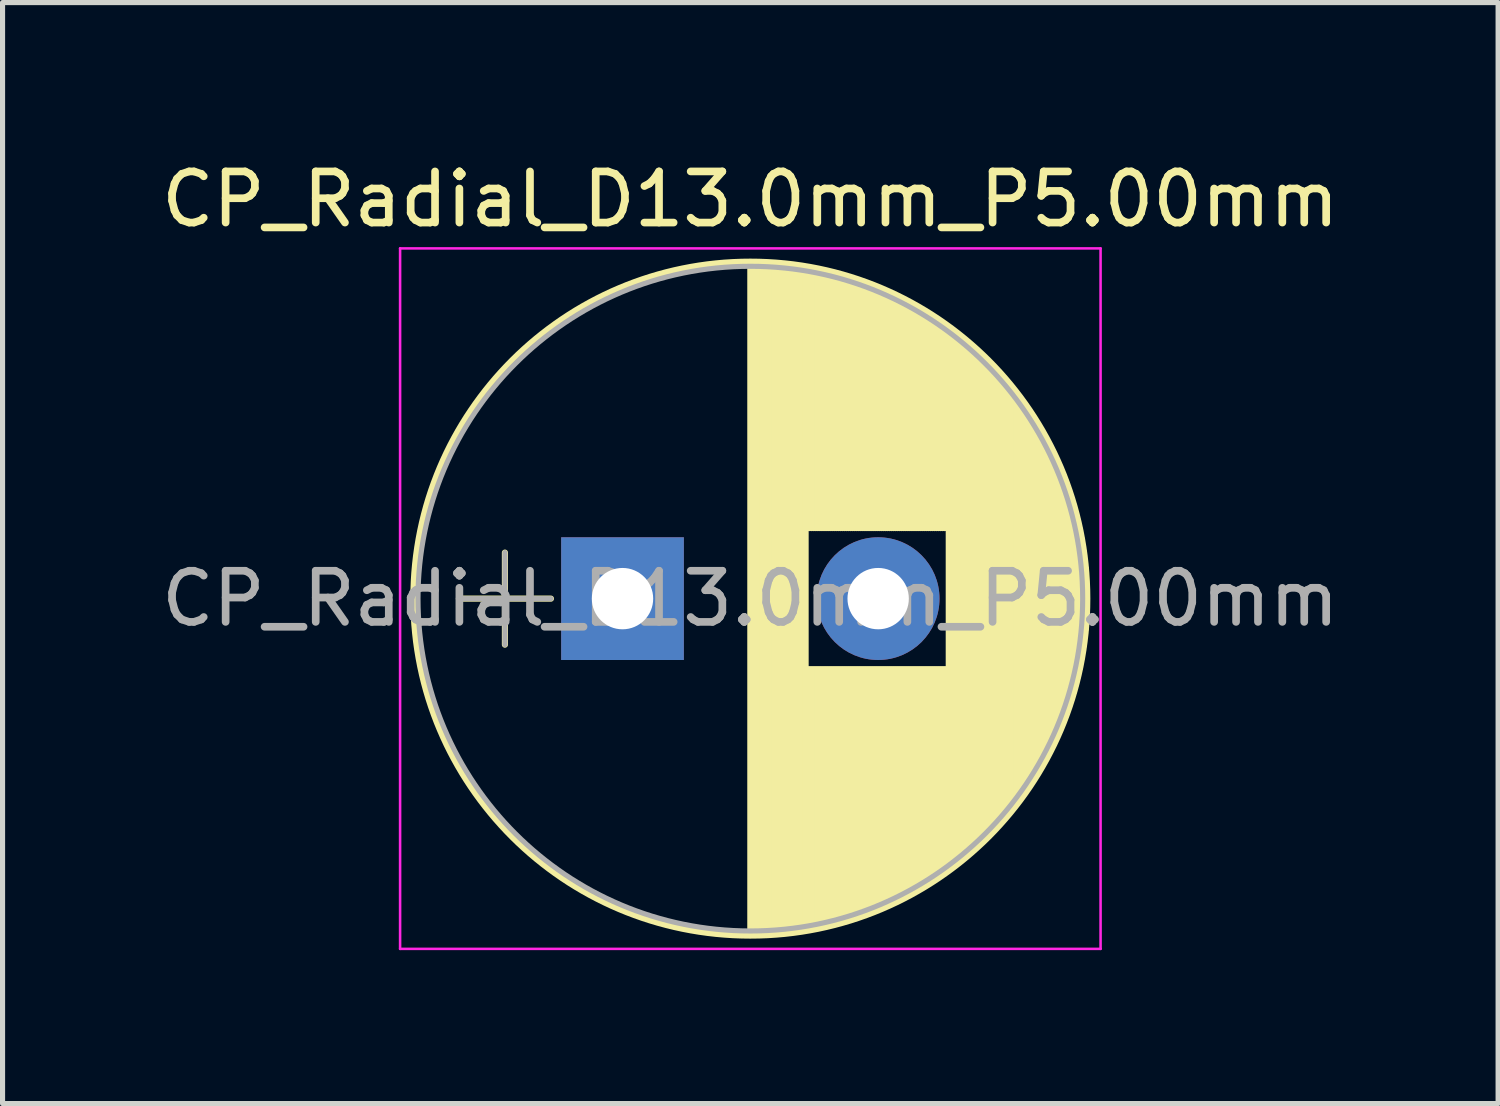
<source format=kicad_pcb>
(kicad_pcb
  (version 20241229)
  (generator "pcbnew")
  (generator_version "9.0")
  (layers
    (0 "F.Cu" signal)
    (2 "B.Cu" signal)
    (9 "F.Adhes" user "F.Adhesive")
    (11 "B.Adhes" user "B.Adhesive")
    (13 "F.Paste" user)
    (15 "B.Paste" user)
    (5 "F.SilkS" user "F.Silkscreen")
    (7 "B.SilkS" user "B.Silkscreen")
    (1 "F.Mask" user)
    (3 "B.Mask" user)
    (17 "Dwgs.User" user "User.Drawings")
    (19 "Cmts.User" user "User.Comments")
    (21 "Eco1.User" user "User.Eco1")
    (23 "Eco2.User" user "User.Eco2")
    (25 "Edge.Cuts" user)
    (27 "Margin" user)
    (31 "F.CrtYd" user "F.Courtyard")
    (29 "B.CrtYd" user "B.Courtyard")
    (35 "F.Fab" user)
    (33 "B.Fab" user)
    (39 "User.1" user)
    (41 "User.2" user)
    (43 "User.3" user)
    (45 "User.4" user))
  (footprint "CP_Radial_D13.0mm_P5.00mm"
    (layer "F.Cu")
    (at 9.125 8.658)
    (property "Reference" "CP_Radial_D13.0mm_P5.00mm" (at 2.5 -7.81 0) (layer "F.SilkS") (effects (font (size 1 1) (thickness 0.15))))
    (attr through_hole)
    (fp_line (start -3.2 0) (end -1.4 0) (stroke (width 0.12) (type solid)) (layer "F.SilkS"))
    (fp_line (start -2.3 -0.9) (end -2.3 0.9) (stroke (width 0.12) (type solid)) (layer "F.SilkS"))
    (fp_line (start 2.5 -6.55) (end 2.5 6.55) (stroke (width 0.12) (type solid)) (layer "F.SilkS"))
    (fp_line (start 2.54 -6.55) (end 2.54 6.55) (stroke (width 0.12) (type solid)) (layer "F.SilkS"))
    (fp_line (start 2.58 -6.55) (end 2.58 6.55) (stroke (width 0.12) (type solid)) (layer "F.SilkS"))
    (fp_line (start 2.62 -6.549) (end 2.62 6.549) (stroke (width 0.12) (type solid)) (layer "F.SilkS"))
    (fp_line (start 2.66 -6.549) (end 2.66 6.549) (stroke (width 0.12) (type solid)) (layer "F.SilkS"))
    (fp_line (start 2.7 -6.547) (end 2.7 6.547) (stroke (width 0.12) (type solid)) (layer "F.SilkS"))
    (fp_line (start 2.74 -6.546) (end 2.74 6.546) (stroke (width 0.12) (type solid)) (layer "F.SilkS"))
    (fp_line (start 2.78 -6.545) (end 2.78 6.545) (stroke (width 0.12) (type solid)) (layer "F.SilkS"))
    (fp_line (start 2.82 -6.543) (end 2.82 6.543) (stroke (width 0.12) (type solid)) (layer "F.SilkS"))
    (fp_line (start 2.86 -6.541) (end 2.86 6.541) (stroke (width 0.12) (type solid)) (layer "F.SilkS"))
    (fp_line (start 2.9 -6.538) (end 2.9 6.538) (stroke (width 0.12) (type solid)) (layer "F.SilkS"))
    (fp_line (start 2.94 -6.536) (end 2.94 6.536) (stroke (width 0.12) (type solid)) (layer "F.SilkS"))
    (fp_line (start 2.98 -6.533) (end 2.98 6.533) (stroke (width 0.12) (type solid)) (layer "F.SilkS"))
    (fp_line (start 3.02 -6.53) (end 3.02 6.53) (stroke (width 0.12) (type solid)) (layer "F.SilkS"))
    (fp_line (start 3.06 -6.527) (end 3.06 6.527) (stroke (width 0.12) (type solid)) (layer "F.SilkS"))
    (fp_line (start 3.1 -6.523) (end 3.1 6.523) (stroke (width 0.12) (type solid)) (layer "F.SilkS"))
    (fp_line (start 3.14 -6.519) (end 3.14 6.519) (stroke (width 0.12) (type solid)) (layer "F.SilkS"))
    (fp_line (start 3.18 -6.515) (end 3.18 6.515) (stroke (width 0.12) (type solid)) (layer "F.SilkS"))
    (fp_line (start 3.221 -6.511) (end 3.221 6.511) (stroke (width 0.12) (type solid)) (layer "F.SilkS"))
    (fp_line (start 3.261 -6.507) (end 3.261 6.507) (stroke (width 0.12) (type solid)) (layer "F.SilkS"))
    (fp_line (start 3.301 -6.502) (end 3.301 6.502) (stroke (width 0.12) (type solid)) (layer "F.SilkS"))
    (fp_line (start 3.341 -6.497) (end 3.341 6.497) (stroke (width 0.12) (type solid)) (layer "F.SilkS"))
    (fp_line (start 3.381 -6.491) (end 3.381 6.491) (stroke (width 0.12) (type solid)) (layer "F.SilkS"))
    (fp_line (start 3.421 -6.486) (end 3.421 6.486) (stroke (width 0.12) (type solid)) (layer "F.SilkS"))
    (fp_line (start 3.461 -6.48) (end 3.461 6.48) (stroke (width 0.12) (type solid)) (layer "F.SilkS"))
    (fp_line (start 3.501 -6.474) (end 3.501 6.474) (stroke (width 0.12) (type solid)) (layer "F.SilkS"))
    (fp_line (start 3.541 -6.468) (end 3.541 6.468) (stroke (width 0.12) (type solid)) (layer "F.SilkS"))
    (fp_line (start 3.581 -6.461) (end 3.581 6.461) (stroke (width 0.12) (type solid)) (layer "F.SilkS"))
    (fp_line (start 3.621 -6.455) (end 3.621 -1.38) (stroke (width 0.12) (type solid)) (layer "F.SilkS"))
    (fp_line (start 3.621 1.38) (end 3.621 6.455) (stroke (width 0.12) (type solid)) (layer "F.SilkS"))
    (fp_line (start 3.661 -6.448) (end 3.661 -1.38) (stroke (width 0.12) (type solid)) (layer "F.SilkS"))
    (fp_line (start 3.661 1.38) (end 3.661 6.448) (stroke (width 0.12) (type solid)) (layer "F.SilkS"))
    (fp_line (start 3.701 -6.44) (end 3.701 -1.38) (stroke (width 0.12) (type solid)) (layer "F.SilkS"))
    (fp_line (start 3.701 1.38) (end 3.701 6.44) (stroke (width 0.12) (type solid)) (layer "F.SilkS"))
    (fp_line (start 3.741 -6.433) (end 3.741 -1.38) (stroke (width 0.12) (type solid)) (layer "F.SilkS"))
    (fp_line (start 3.741 1.38) (end 3.741 6.433) (stroke (width 0.12) (type solid)) (layer "F.SilkS"))
    (fp_line (start 3.781 -6.425) (end 3.781 -1.38) (stroke (width 0.12) (type solid)) (layer "F.SilkS"))
    (fp_line (start 3.781 1.38) (end 3.781 6.425) (stroke (width 0.12) (type solid)) (layer "F.SilkS"))
    (fp_line (start 3.821 -6.417) (end 3.821 -1.38) (stroke (width 0.12) (type solid)) (layer "F.SilkS"))
    (fp_line (start 3.821 1.38) (end 3.821 6.417) (stroke (width 0.12) (type solid)) (layer "F.SilkS"))
    (fp_line (start 3.861 -6.409) (end 3.861 -1.38) (stroke (width 0.12) (type solid)) (layer "F.SilkS"))
    (fp_line (start 3.861 1.38) (end 3.861 6.409) (stroke (width 0.12) (type solid)) (layer "F.SilkS"))
    (fp_line (start 3.901 -6.4) (end 3.901 -1.38) (stroke (width 0.12) (type solid)) (layer "F.SilkS"))
    (fp_line (start 3.901 1.38) (end 3.901 6.4) (stroke (width 0.12) (type solid)) (layer "F.SilkS"))
    (fp_line (start 3.941 -6.391) (end 3.941 -1.38) (stroke (width 0.12) (type solid)) (layer "F.SilkS"))
    (fp_line (start 3.941 1.38) (end 3.941 6.391) (stroke (width 0.12) (type solid)) (layer "F.SilkS"))
    (fp_line (start 3.981 -6.382) (end 3.981 -1.38) (stroke (width 0.12) (type solid)) (layer "F.SilkS"))
    (fp_line (start 3.981 1.38) (end 3.981 6.382) (stroke (width 0.12) (type solid)) (layer "F.SilkS"))
    (fp_line (start 4.021 -6.373) (end 4.021 -1.38) (stroke (width 0.12) (type solid)) (layer "F.SilkS"))
    (fp_line (start 4.021 1.38) (end 4.021 6.373) (stroke (width 0.12) (type solid)) (layer "F.SilkS"))
    (fp_line (start 4.061 -6.363) (end 4.061 -1.38) (stroke (width 0.12) (type solid)) (layer "F.SilkS"))
    (fp_line (start 4.061 1.38) (end 4.061 6.363) (stroke (width 0.12) (type solid)) (layer "F.SilkS"))
    (fp_line (start 4.101 -6.353) (end 4.101 -1.38) (stroke (width 0.12) (type solid)) (layer "F.SilkS"))
    (fp_line (start 4.101 1.38) (end 4.101 6.353) (stroke (width 0.12) (type solid)) (layer "F.SilkS"))
    (fp_line (start 4.141 -6.343) (end 4.141 -1.38) (stroke (width 0.12) (type solid)) (layer "F.SilkS"))
    (fp_line (start 4.141 1.38) (end 4.141 6.343) (stroke (width 0.12) (type solid)) (layer "F.SilkS"))
    (fp_line (start 4.181 -6.333) (end 4.181 -1.38) (stroke (width 0.12) (type solid)) (layer "F.SilkS"))
    (fp_line (start 4.181 1.38) (end 4.181 6.333) (stroke (width 0.12) (type solid)) (layer "F.SilkS"))
    (fp_line (start 4.221 -6.322) (end 4.221 -1.38) (stroke (width 0.12) (type solid)) (layer "F.SilkS"))
    (fp_line (start 4.221 1.38) (end 4.221 6.322) (stroke (width 0.12) (type solid)) (layer "F.SilkS"))
    (fp_line (start 4.261 -6.311) (end 4.261 -1.38) (stroke (width 0.12) (type solid)) (layer "F.SilkS"))
    (fp_line (start 4.261 1.38) (end 4.261 6.311) (stroke (width 0.12) (type solid)) (layer "F.SilkS"))
    (fp_line (start 4.301 -6.3) (end 4.301 -1.38) (stroke (width 0.12) (type solid)) (layer "F.SilkS"))
    (fp_line (start 4.301 1.38) (end 4.301 6.3) (stroke (width 0.12) (type solid)) (layer "F.SilkS"))
    (fp_line (start 4.341 -6.288) (end 4.341 -1.38) (stroke (width 0.12) (type solid)) (layer "F.SilkS"))
    (fp_line (start 4.341 1.38) (end 4.341 6.288) (stroke (width 0.12) (type solid)) (layer "F.SilkS"))
    (fp_line (start 4.381 -6.277) (end 4.381 -1.38) (stroke (width 0.12) (type solid)) (layer "F.SilkS"))
    (fp_line (start 4.381 1.38) (end 4.381 6.277) (stroke (width 0.12) (type solid)) (layer "F.SilkS"))
    (fp_line (start 4.421 -6.265) (end 4.421 -1.38) (stroke (width 0.12) (type solid)) (layer "F.SilkS"))
    (fp_line (start 4.421 1.38) (end 4.421 6.265) (stroke (width 0.12) (type solid)) (layer "F.SilkS"))
    (fp_line (start 4.461 -6.252) (end 4.461 -1.38) (stroke (width 0.12) (type solid)) (layer "F.SilkS"))
    (fp_line (start 4.461 1.38) (end 4.461 6.252) (stroke (width 0.12) (type solid)) (layer "F.SilkS"))
    (fp_line (start 4.501 -6.24) (end 4.501 -1.38) (stroke (width 0.12) (type solid)) (layer "F.SilkS"))
    (fp_line (start 4.501 1.38) (end 4.501 6.24) (stroke (width 0.12) (type solid)) (layer "F.SilkS"))
    (fp_line (start 4.541 -6.227) (end 4.541 -1.38) (stroke (width 0.12) (type solid)) (layer "F.SilkS"))
    (fp_line (start 4.541 1.38) (end 4.541 6.227) (stroke (width 0.12) (type solid)) (layer "F.SilkS"))
    (fp_line (start 4.581 -6.214) (end 4.581 -1.38) (stroke (width 0.12) (type solid)) (layer "F.SilkS"))
    (fp_line (start 4.581 1.38) (end 4.581 6.214) (stroke (width 0.12) (type solid)) (layer "F.SilkS"))
    (fp_line (start 4.621 -6.2) (end 4.621 -1.38) (stroke (width 0.12) (type solid)) (layer "F.SilkS"))
    (fp_line (start 4.621 1.38) (end 4.621 6.2) (stroke (width 0.12) (type solid)) (layer "F.SilkS"))
    (fp_line (start 4.661 -6.186) (end 4.661 -1.38) (stroke (width 0.12) (type solid)) (layer "F.SilkS"))
    (fp_line (start 4.661 1.38) (end 4.661 6.186) (stroke (width 0.12) (type solid)) (layer "F.SilkS"))
    (fp_line (start 4.701 -6.172) (end 4.701 -1.38) (stroke (width 0.12) (type solid)) (layer "F.SilkS"))
    (fp_line (start 4.701 1.38) (end 4.701 6.172) (stroke (width 0.12) (type solid)) (layer "F.SilkS"))
    (fp_line (start 4.741 -6.158) (end 4.741 -1.38) (stroke (width 0.12) (type solid)) (layer "F.SilkS"))
    (fp_line (start 4.741 1.38) (end 4.741 6.158) (stroke (width 0.12) (type solid)) (layer "F.SilkS"))
    (fp_line (start 4.781 -6.144) (end 4.781 -1.38) (stroke (width 0.12) (type solid)) (layer "F.SilkS"))
    (fp_line (start 4.781 1.38) (end 4.781 6.144) (stroke (width 0.12) (type solid)) (layer "F.SilkS"))
    (fp_line (start 4.821 -6.129) (end 4.821 -1.38) (stroke (width 0.12) (type solid)) (layer "F.SilkS"))
    (fp_line (start 4.821 1.38) (end 4.821 6.129) (stroke (width 0.12) (type solid)) (layer "F.SilkS"))
    (fp_line (start 4.861 -6.113) (end 4.861 -1.38) (stroke (width 0.12) (type solid)) (layer "F.SilkS"))
    (fp_line (start 4.861 1.38) (end 4.861 6.113) (stroke (width 0.12) (type solid)) (layer "F.SilkS"))
    (fp_line (start 4.901 -6.098) (end 4.901 -1.38) (stroke (width 0.12) (type solid)) (layer "F.SilkS"))
    (fp_line (start 4.901 1.38) (end 4.901 6.098) (stroke (width 0.12) (type solid)) (layer "F.SilkS"))
    (fp_line (start 4.941 -6.082) (end 4.941 -1.38) (stroke (width 0.12) (type solid)) (layer "F.SilkS"))
    (fp_line (start 4.941 1.38) (end 4.941 6.082) (stroke (width 0.12) (type solid)) (layer "F.SilkS"))
    (fp_line (start 4.981 -6.066) (end 4.981 -1.38) (stroke (width 0.12) (type solid)) (layer "F.SilkS"))
    (fp_line (start 4.981 1.38) (end 4.981 6.066) (stroke (width 0.12) (type solid)) (layer "F.SilkS"))
    (fp_line (start 5.021 -6.05) (end 5.021 -1.38) (stroke (width 0.12) (type solid)) (layer "F.SilkS"))
    (fp_line (start 5.021 1.38) (end 5.021 6.05) (stroke (width 0.12) (type solid)) (layer "F.SilkS"))
    (fp_line (start 5.061 -6.033) (end 5.061 -1.38) (stroke (width 0.12) (type solid)) (layer "F.SilkS"))
    (fp_line (start 5.061 1.38) (end 5.061 6.033) (stroke (width 0.12) (type solid)) (layer "F.SilkS"))
    (fp_line (start 5.101 -6.016) (end 5.101 -1.38) (stroke (width 0.12) (type solid)) (layer "F.SilkS"))
    (fp_line (start 5.101 1.38) (end 5.101 6.016) (stroke (width 0.12) (type solid)) (layer "F.SilkS"))
    (fp_line (start 5.141 -5.999) (end 5.141 -1.38) (stroke (width 0.12) (type solid)) (layer "F.SilkS"))
    (fp_line (start 5.141 1.38) (end 5.141 5.999) (stroke (width 0.12) (type solid)) (layer "F.SilkS"))
    (fp_line (start 5.181 -5.981) (end 5.181 -1.38) (stroke (width 0.12) (type solid)) (layer "F.SilkS"))
    (fp_line (start 5.181 1.38) (end 5.181 5.981) (stroke (width 0.12) (type solid)) (layer "F.SilkS"))
    (fp_line (start 5.221 -5.963) (end 5.221 -1.38) (stroke (width 0.12) (type solid)) (layer "F.SilkS"))
    (fp_line (start 5.221 1.38) (end 5.221 5.963) (stroke (width 0.12) (type solid)) (layer "F.SilkS"))
    (fp_line (start 5.261 -5.945) (end 5.261 -1.38) (stroke (width 0.12) (type solid)) (layer "F.SilkS"))
    (fp_line (start 5.261 1.38) (end 5.261 5.945) (stroke (width 0.12) (type solid)) (layer "F.SilkS"))
    (fp_line (start 5.301 -5.926) (end 5.301 -1.38) (stroke (width 0.12) (type solid)) (layer "F.SilkS"))
    (fp_line (start 5.301 1.38) (end 5.301 5.926) (stroke (width 0.12) (type solid)) (layer "F.SilkS"))
    (fp_line (start 5.341 -5.907) (end 5.341 -1.38) (stroke (width 0.12) (type solid)) (layer "F.SilkS"))
    (fp_line (start 5.341 1.38) (end 5.341 5.907) (stroke (width 0.12) (type solid)) (layer "F.SilkS"))
    (fp_line (start 5.381 -5.888) (end 5.381 -1.38) (stroke (width 0.12) (type solid)) (layer "F.SilkS"))
    (fp_line (start 5.381 1.38) (end 5.381 5.888) (stroke (width 0.12) (type solid)) (layer "F.SilkS"))
    (fp_line (start 5.421 -5.868) (end 5.421 -1.38) (stroke (width 0.12) (type solid)) (layer "F.SilkS"))
    (fp_line (start 5.421 1.38) (end 5.421 5.868) (stroke (width 0.12) (type solid)) (layer "F.SilkS"))
    (fp_line (start 5.461 -5.848) (end 5.461 -1.38) (stroke (width 0.12) (type solid)) (layer "F.SilkS"))
    (fp_line (start 5.461 1.38) (end 5.461 5.848) (stroke (width 0.12) (type solid)) (layer "F.SilkS"))
    (fp_line (start 5.501 -5.828) (end 5.501 -1.38) (stroke (width 0.12) (type solid)) (layer "F.SilkS"))
    (fp_line (start 5.501 1.38) (end 5.501 5.828) (stroke (width 0.12) (type solid)) (layer "F.SilkS"))
    (fp_line (start 5.541 -5.807) (end 5.541 -1.38) (stroke (width 0.12) (type solid)) (layer "F.SilkS"))
    (fp_line (start 5.541 1.38) (end 5.541 5.807) (stroke (width 0.12) (type solid)) (layer "F.SilkS"))
    (fp_line (start 5.581 -5.786) (end 5.581 -1.38) (stroke (width 0.12) (type solid)) (layer "F.SilkS"))
    (fp_line (start 5.581 1.38) (end 5.581 5.786) (stroke (width 0.12) (type solid)) (layer "F.SilkS"))
    (fp_line (start 5.621 -5.765) (end 5.621 -1.38) (stroke (width 0.12) (type solid)) (layer "F.SilkS"))
    (fp_line (start 5.621 1.38) (end 5.621 5.765) (stroke (width 0.12) (type solid)) (layer "F.SilkS"))
    (fp_line (start 5.661 -5.743) (end 5.661 -1.38) (stroke (width 0.12) (type solid)) (layer "F.SilkS"))
    (fp_line (start 5.661 1.38) (end 5.661 5.743) (stroke (width 0.12) (type solid)) (layer "F.SilkS"))
    (fp_line (start 5.701 -5.721) (end 5.701 -1.38) (stroke (width 0.12) (type solid)) (layer "F.SilkS"))
    (fp_line (start 5.701 1.38) (end 5.701 5.721) (stroke (width 0.12) (type solid)) (layer "F.SilkS"))
    (fp_line (start 5.741 -5.699) (end 5.741 -1.38) (stroke (width 0.12) (type solid)) (layer "F.SilkS"))
    (fp_line (start 5.741 1.38) (end 5.741 5.699) (stroke (width 0.12) (type solid)) (layer "F.SilkS"))
    (fp_line (start 5.781 -5.676) (end 5.781 -1.38) (stroke (width 0.12) (type solid)) (layer "F.SilkS"))
    (fp_line (start 5.781 1.38) (end 5.781 5.676) (stroke (width 0.12) (type solid)) (layer "F.SilkS"))
    (fp_line (start 5.821 -5.653) (end 5.821 -1.38) (stroke (width 0.12) (type solid)) (layer "F.SilkS"))
    (fp_line (start 5.821 1.38) (end 5.821 5.653) (stroke (width 0.12) (type solid)) (layer "F.SilkS"))
    (fp_line (start 5.861 -5.63) (end 5.861 -1.38) (stroke (width 0.12) (type solid)) (layer "F.SilkS"))
    (fp_line (start 5.861 1.38) (end 5.861 5.63) (stroke (width 0.12) (type solid)) (layer "F.SilkS"))
    (fp_line (start 5.901 -5.606) (end 5.901 -1.38) (stroke (width 0.12) (type solid)) (layer "F.SilkS"))
    (fp_line (start 5.901 1.38) (end 5.901 5.606) (stroke (width 0.12) (type solid)) (layer "F.SilkS"))
    (fp_line (start 5.941 -5.581) (end 5.941 -1.38) (stroke (width 0.12) (type solid)) (layer "F.SilkS"))
    (fp_line (start 5.941 1.38) (end 5.941 5.581) (stroke (width 0.12) (type solid)) (layer "F.SilkS"))
    (fp_line (start 5.981 -5.557) (end 5.981 -1.38) (stroke (width 0.12) (type solid)) (layer "F.SilkS"))
    (fp_line (start 5.981 1.38) (end 5.981 5.557) (stroke (width 0.12) (type solid)) (layer "F.SilkS"))
    (fp_line (start 6.021 -5.532) (end 6.021 -1.38) (stroke (width 0.12) (type solid)) (layer "F.SilkS"))
    (fp_line (start 6.021 1.38) (end 6.021 5.532) (stroke (width 0.12) (type solid)) (layer "F.SilkS"))
    (fp_line (start 6.061 -5.506) (end 6.061 -1.38) (stroke (width 0.12) (type solid)) (layer "F.SilkS"))
    (fp_line (start 6.061 1.38) (end 6.061 5.506) (stroke (width 0.12) (type solid)) (layer "F.SilkS"))
    (fp_line (start 6.101 -5.48) (end 6.101 -1.38) (stroke (width 0.12) (type solid)) (layer "F.SilkS"))
    (fp_line (start 6.101 1.38) (end 6.101 5.48) (stroke (width 0.12) (type solid)) (layer "F.SilkS"))
    (fp_line (start 6.141 -5.454) (end 6.141 -1.38) (stroke (width 0.12) (type solid)) (layer "F.SilkS"))
    (fp_line (start 6.141 1.38) (end 6.141 5.454) (stroke (width 0.12) (type solid)) (layer "F.SilkS"))
    (fp_line (start 6.181 -5.427) (end 6.181 -1.38) (stroke (width 0.12) (type solid)) (layer "F.SilkS"))
    (fp_line (start 6.181 1.38) (end 6.181 5.427) (stroke (width 0.12) (type solid)) (layer "F.SilkS"))
    (fp_line (start 6.221 -5.4) (end 6.221 -1.38) (stroke (width 0.12) (type solid)) (layer "F.SilkS"))
    (fp_line (start 6.221 1.38) (end 6.221 5.4) (stroke (width 0.12) (type solid)) (layer "F.SilkS"))
    (fp_line (start 6.261 -5.373) (end 6.261 -1.38) (stroke (width 0.12) (type solid)) (layer "F.SilkS"))
    (fp_line (start 6.261 1.38) (end 6.261 5.373) (stroke (width 0.12) (type solid)) (layer "F.SilkS"))
    (fp_line (start 6.301 -5.345) (end 6.301 -1.38) (stroke (width 0.12) (type solid)) (layer "F.SilkS"))
    (fp_line (start 6.301 1.38) (end 6.301 5.345) (stroke (width 0.12) (type solid)) (layer "F.SilkS"))
    (fp_line (start 6.341 -5.316) (end 6.341 -1.38) (stroke (width 0.12) (type solid)) (layer "F.SilkS"))
    (fp_line (start 6.341 1.38) (end 6.341 5.316) (stroke (width 0.12) (type solid)) (layer "F.SilkS"))
    (fp_line (start 6.381 -5.287) (end 6.381 5.287) (stroke (width 0.12) (type solid)) (layer "F.SilkS"))
    (fp_line (start 6.421 -5.258) (end 6.421 5.258) (stroke (width 0.12) (type solid)) (layer "F.SilkS"))
    (fp_line (start 6.461 -5.228) (end 6.461 5.228) (stroke (width 0.12) (type solid)) (layer "F.SilkS"))
    (fp_line (start 6.501 -5.198) (end 6.501 5.198) (stroke (width 0.12) (type solid)) (layer "F.SilkS"))
    (fp_line (start 6.541 -5.167) (end 6.541 5.167) (stroke (width 0.12) (type solid)) (layer "F.SilkS"))
    (fp_line (start 6.581 -5.136) (end 6.581 5.136) (stroke (width 0.12) (type solid)) (layer "F.SilkS"))
    (fp_line (start 6.621 -5.104) (end 6.621 5.104) (stroke (width 0.12) (type solid)) (layer "F.SilkS"))
    (fp_line (start 6.661 -5.072) (end 6.661 5.072) (stroke (width 0.12) (type solid)) (layer "F.SilkS"))
    (fp_line (start 6.701 -5.039) (end 6.701 5.039) (stroke (width 0.12) (type solid)) (layer "F.SilkS"))
    (fp_line (start 6.741 -5.005) (end 6.741 5.005) (stroke (width 0.12) (type solid)) (layer "F.SilkS"))
    (fp_line (start 6.781 -4.971) (end 6.781 4.971) (stroke (width 0.12) (type solid)) (layer "F.SilkS"))
    (fp_line (start 6.821 -4.937) (end 6.821 4.937) (stroke (width 0.12) (type solid)) (layer "F.SilkS"))
    (fp_line (start 6.861 -4.902) (end 6.861 4.902) (stroke (width 0.12) (type solid)) (layer "F.SilkS"))
    (fp_line (start 6.901 -4.866) (end 6.901 4.866) (stroke (width 0.12) (type solid)) (layer "F.SilkS"))
    (fp_line (start 6.941 -4.83) (end 6.941 4.83) (stroke (width 0.12) (type solid)) (layer "F.SilkS"))
    (fp_line (start 6.981 -4.793) (end 6.981 4.793) (stroke (width 0.12) (type solid)) (layer "F.SilkS"))
    (fp_line (start 7.021 -4.756) (end 7.021 4.756) (stroke (width 0.12) (type solid)) (layer "F.SilkS"))
    (fp_line (start 7.061 -4.718) (end 7.061 4.718) (stroke (width 0.12) (type solid)) (layer "F.SilkS"))
    (fp_line (start 7.101 -4.679) (end 7.101 4.679) (stroke (width 0.12) (type solid)) (layer "F.SilkS"))
    (fp_line (start 7.141 -4.64) (end 7.141 4.64) (stroke (width 0.12) (type solid)) (layer "F.SilkS"))
    (fp_line (start 7.181 -4.6) (end 7.181 4.6) (stroke (width 0.12) (type solid)) (layer "F.SilkS"))
    (fp_line (start 7.221 -4.559) (end 7.221 4.559) (stroke (width 0.12) (type solid)) (layer "F.SilkS"))
    (fp_line (start 7.261 -4.518) (end 7.261 4.518) (stroke (width 0.12) (type solid)) (layer "F.SilkS"))
    (fp_line (start 7.301 -4.476) (end 7.301 4.476) (stroke (width 0.12) (type solid)) (layer "F.SilkS"))
    (fp_line (start 7.341 -4.433) (end 7.341 4.433) (stroke (width 0.12) (type solid)) (layer "F.SilkS"))
    (fp_line (start 7.381 -4.389) (end 7.381 4.389) (stroke (width 0.12) (type solid)) (layer "F.SilkS"))
    (fp_line (start 7.421 -4.345) (end 7.421 4.345) (stroke (width 0.12) (type solid)) (layer "F.SilkS"))
    (fp_line (start 7.461 -4.299) (end 7.461 4.299) (stroke (width 0.12) (type solid)) (layer "F.SilkS"))
    (fp_line (start 7.501 -4.253) (end 7.501 4.253) (stroke (width 0.12) (type solid)) (layer "F.SilkS"))
    (fp_line (start 7.541 -4.206) (end 7.541 4.206) (stroke (width 0.12) (type solid)) (layer "F.SilkS"))
    (fp_line (start 7.581 -4.158) (end 7.581 4.158) (stroke (width 0.12) (type solid)) (layer "F.SilkS"))
    (fp_line (start 7.621 -4.109) (end 7.621 4.109) (stroke (width 0.12) (type solid)) (layer "F.SilkS"))
    (fp_line (start 7.661 -4.06) (end 7.661 4.06) (stroke (width 0.12) (type solid)) (layer "F.SilkS"))
    (fp_line (start 7.701 -4.009) (end 7.701 4.009) (stroke (width 0.12) (type solid)) (layer "F.SilkS"))
    (fp_line (start 7.741 -3.957) (end 7.741 3.957) (stroke (width 0.12) (type solid)) (layer "F.SilkS"))
    (fp_line (start 7.781 -3.904) (end 7.781 3.904) (stroke (width 0.12) (type solid)) (layer "F.SilkS"))
    (fp_line (start 7.821 -3.85) (end 7.821 3.85) (stroke (width 0.12) (type solid)) (layer "F.SilkS"))
    (fp_line (start 7.861 -3.794) (end 7.861 3.794) (stroke (width 0.12) (type solid)) (layer "F.SilkS"))
    (fp_line (start 7.901 -3.738) (end 7.901 3.738) (stroke (width 0.12) (type solid)) (layer "F.SilkS"))
    (fp_line (start 7.941 -3.68) (end 7.941 3.68) (stroke (width 0.12) (type solid)) (layer "F.SilkS"))
    (fp_line (start 7.981 -3.621) (end 7.981 3.621) (stroke (width 0.12) (type solid)) (layer "F.SilkS"))
    (fp_line (start 8.021 -3.56) (end 8.021 3.56) (stroke (width 0.12) (type solid)) (layer "F.SilkS"))
    (fp_line (start 8.061 -3.498) (end 8.061 3.498) (stroke (width 0.12) (type solid)) (layer "F.SilkS"))
    (fp_line (start 8.101 -3.434) (end 8.101 3.434) (stroke (width 0.12) (type solid)) (layer "F.SilkS"))
    (fp_line (start 8.141 -3.369) (end 8.141 3.369) (stroke (width 0.12) (type solid)) (layer "F.SilkS"))
    (fp_line (start 8.181 -3.302) (end 8.181 3.302) (stroke (width 0.12) (type solid)) (layer "F.SilkS"))
    (fp_line (start 8.221 -3.233) (end 8.221 3.233) (stroke (width 0.12) (type solid)) (layer "F.SilkS"))
    (fp_line (start 8.261 -3.162) (end 8.261 3.162) (stroke (width 0.12) (type solid)) (layer "F.SilkS"))
    (fp_line (start 8.301 -3.089) (end 8.301 3.089) (stroke (width 0.12) (type solid)) (layer "F.SilkS"))
    (fp_line (start 8.341 -3.014) (end 8.341 3.014) (stroke (width 0.12) (type solid)) (layer "F.SilkS"))
    (fp_line (start 8.381 -2.936) (end 8.381 2.936) (stroke (width 0.12) (type solid)) (layer "F.SilkS"))
    (fp_line (start 8.421 -2.856) (end 8.421 2.856) (stroke (width 0.12) (type solid)) (layer "F.SilkS"))
    (fp_line (start 8.461 -2.772) (end 8.461 2.772) (stroke (width 0.12) (type solid)) (layer "F.SilkS"))
    (fp_line (start 8.501 -2.686) (end 8.501 2.686) (stroke (width 0.12) (type solid)) (layer "F.SilkS"))
    (fp_line (start 8.541 -2.596) (end 8.541 2.596) (stroke (width 0.12) (type solid)) (layer "F.SilkS"))
    (fp_line (start 8.581 -2.502) (end 8.581 2.502) (stroke (width 0.12) (type solid)) (layer "F.SilkS"))
    (fp_line (start 8.621 -2.405) (end 8.621 2.405) (stroke (width 0.12) (type solid)) (layer "F.SilkS"))
    (fp_line (start 8.661 -2.302) (end 8.661 2.302) (stroke (width 0.12) (type solid)) (layer "F.SilkS"))
    (fp_line (start 8.701 -2.194) (end 8.701 2.194) (stroke (width 0.12) (type solid)) (layer "F.SilkS"))
    (fp_line (start 8.741 -2.08) (end 8.741 2.08) (stroke (width 0.12) (type solid)) (layer "F.SilkS"))
    (fp_line (start 8.781 -1.958) (end 8.781 1.958) (stroke (width 0.12) (type solid)) (layer "F.SilkS"))
    (fp_line (start 8.821 -1.828) (end 8.821 1.828) (stroke (width 0.12) (type solid)) (layer "F.SilkS"))
    (fp_line (start 8.861 -1.686) (end 8.861 1.686) (stroke (width 0.12) (type solid)) (layer "F.SilkS"))
    (fp_line (start 8.901 -1.532) (end 8.901 1.532) (stroke (width 0.12) (type solid)) (layer "F.SilkS"))
    (fp_line (start 8.941 -1.359) (end 8.941 1.359) (stroke (width 0.12) (type solid)) (layer "F.SilkS"))
    (fp_line (start 8.981 -1.16) (end 8.981 1.16) (stroke (width 0.12) (type solid)) (layer "F.SilkS"))
    (fp_line (start 9.021 -0.918) (end 9.021 0.918) (stroke (width 0.12) (type solid)) (layer "F.SilkS"))
    (fp_line (start 9.061 -0.589) (end 9.061 0.589) (stroke (width 0.12) (type solid)) (layer "F.SilkS"))
    (fp_circle (center 2.5 0) (end 9.09 0) (stroke (width 0.12) (type solid)) (fill no) (layer "F.SilkS"))
    (fp_line (start -4.35 -6.85) (end -4.35 6.85) (stroke (width 0.05) (type solid)) (layer "F.CrtYd"))
    (fp_line (start -4.35 6.85) (end 9.35 6.85) (stroke (width 0.05) (type solid)) (layer "F.CrtYd"))
    (fp_line (start 9.35 -6.85) (end -4.35 -6.85) (stroke (width 0.05) (type solid)) (layer "F.CrtYd"))
    (fp_line (start 9.35 6.85) (end 9.35 -6.85) (stroke (width 0.05) (type solid)) (layer "F.CrtYd"))
    (fp_line (start -3.2 0) (end -1.4 0) (stroke (width 0.1) (type solid)) (layer "F.Fab"))
    (fp_line (start -2.3 -0.9) (end -2.3 0.9) (stroke (width 0.1) (type solid)) (layer "F.Fab"))
    (fp_circle (center 2.5 0) (end 9 0) (stroke (width 0.1) (type solid)) (fill no) (layer "F.Fab"))
    (fp_text user "${REFERENCE}" (at 2.5 0 0) (layer "F.Fab") (effects (font (size 1 1) (thickness 0.15))))
    (pad "1" thru_hole rect (at 0 0) (size 2.4 2.4) (drill 1.2) (layers "*.Cu" "*.Mask"))
    (pad "2" thru_hole circle (at 5 0) (size 2.4 2.4) (drill 1.2) (layers "*.Cu" "*.Mask")))
  (gr_rect
    (start -3 -3)
    (end 26.25 18.533)
    (stroke (width 0.1) (type default))
    (fill no)
    (layer "Edge.Cuts")))
</source>
